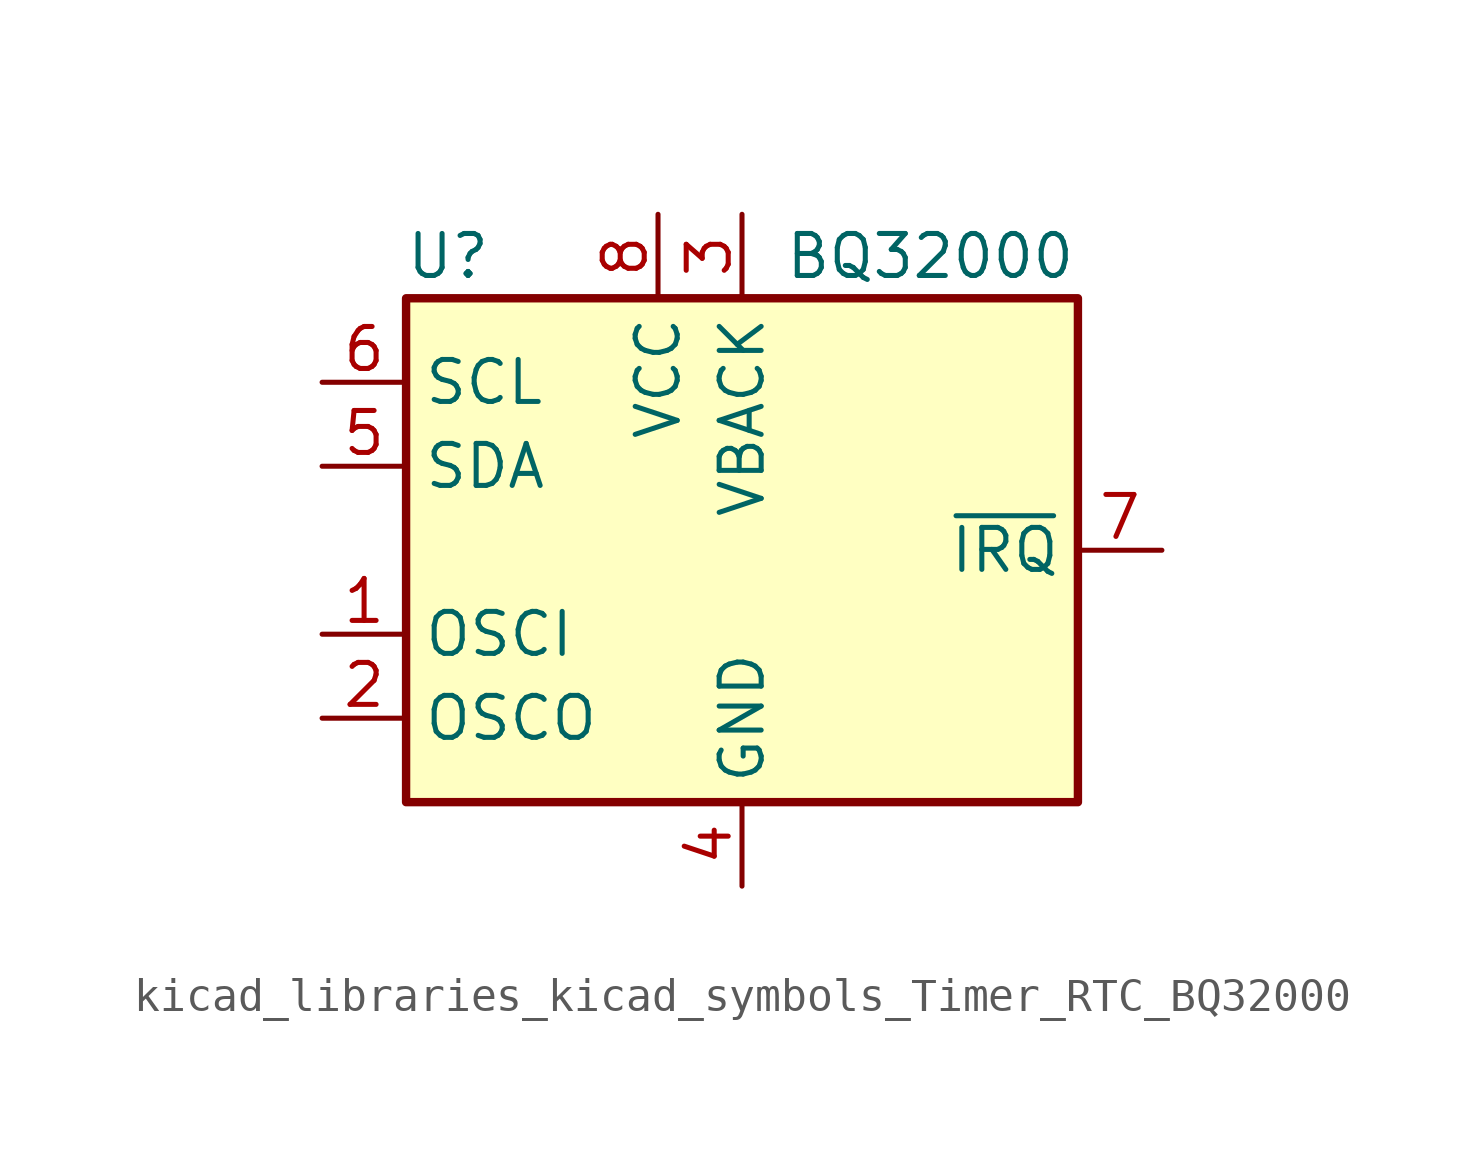
<source format=kicad_sym>
(kicad_symbol_lib
  (version 20220914)
  (generator kicad_symbol_editor)
  (symbol "kicad_libraries_kicad_symbols_Timer_RTC_BQ32000"
    (property "Reference" "U"
      (at -8.89 8.89 0)
      (effects (font (size 1.27 1.27))))
    (property "Value" "BQ32000"
      (at 1.27 8.89 0)
      (effects (font (size 1.27 1.27)) (justify left)))
    (symbol "kicad_libraries_kicad_symbols_Timer_RTC_BQ32000_0_1"
      (rectangle (start -10.16 7.62) (end 10.16 -7.62) (stroke (width 0.254) (type default)) (fill (type background))))
    (symbol "kicad_libraries_kicad_symbols_Timer_RTC_BQ32000_1_1"
      (pin input line (at -12.7 -2.54 0) (length 2.54) (name "OSCI" (effects (font (size 1.27 1.27)))) (number "1" (effects (font (size 1.27 1.27)))))
      (pin input line (at -12.7 -5.08 0) (length 2.54) (name "OSCO" (effects (font (size 1.27 1.27)))) (number "2" (effects (font (size 1.27 1.27)))))
      (pin power_in line (at 0 10.16 270) (length 2.54) (name "VBACK" (effects (font (size 1.27 1.27)))) (number "3" (effects (font (size 1.27 1.27)))))
      (pin power_in line (at 0 -10.16 90) (length 2.54) (name "GND" (effects (font (size 1.27 1.27)))) (number "4" (effects (font (size 1.27 1.27)))))
      (pin bidirectional line (at -12.7 2.54 0) (length 2.54) (name "SDA" (effects (font (size 1.27 1.27)))) (number "5" (effects (font (size 1.27 1.27)))))
      (pin input line (at -12.7 5.08 0) (length 2.54) (name "SCL" (effects (font (size 1.27 1.27)))) (number "6" (effects (font (size 1.27 1.27)))))
      (pin open_collector line (at 12.7 0 180) (length 2.54) (name "~{IRQ}" (effects (font (size 1.27 1.27)))) (number "7" (effects (font (size 1.27 1.27)))))
      (pin power_in line (at -2.54 10.16 270) (length 2.54) (name "VCC" (effects (font (size 1.27 1.27)))) (number "8" (effects (font (size 1.27 1.27))))))))
</source>
